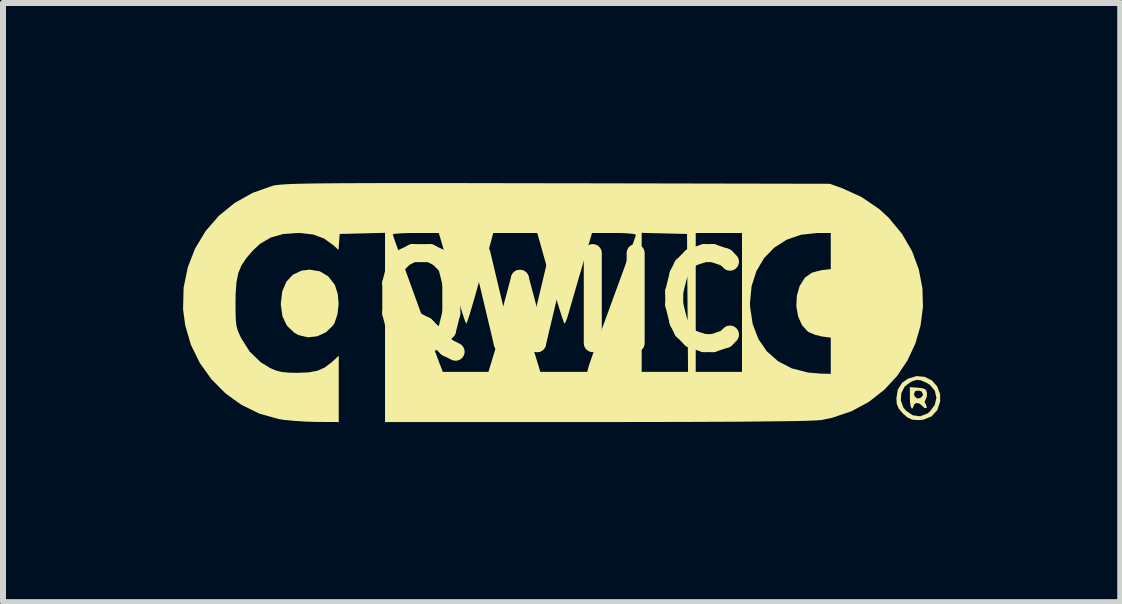
<source format=kicad_pcb>
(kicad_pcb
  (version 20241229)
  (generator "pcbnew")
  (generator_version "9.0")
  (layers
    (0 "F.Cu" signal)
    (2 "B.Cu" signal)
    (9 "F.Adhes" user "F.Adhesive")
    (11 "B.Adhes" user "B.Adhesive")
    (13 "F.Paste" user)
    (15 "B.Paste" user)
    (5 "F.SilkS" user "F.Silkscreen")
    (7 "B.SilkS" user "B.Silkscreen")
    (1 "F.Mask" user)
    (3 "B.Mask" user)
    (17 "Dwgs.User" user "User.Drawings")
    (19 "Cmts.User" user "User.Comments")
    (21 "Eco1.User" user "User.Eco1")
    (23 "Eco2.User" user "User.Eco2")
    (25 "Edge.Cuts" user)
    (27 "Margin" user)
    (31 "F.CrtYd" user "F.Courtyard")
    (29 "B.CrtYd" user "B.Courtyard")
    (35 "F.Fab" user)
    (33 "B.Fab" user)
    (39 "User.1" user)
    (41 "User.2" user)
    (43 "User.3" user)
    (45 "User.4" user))
  (footprint "QWIIC"
    (layer "F.Cu")
    (at 6.291 1.989)
    (property "Reference" "QWIIC" (at 0 0 0) (layer "F.SilkS") (effects (font (size 1.5 1.5) (thickness 0.3))))
    (attr board_only exclude_from_pos_files exclude_from_bom)
    (fp_poly (pts (xy -4.011 -0.518) (xy -3.872 -0.435) (xy -3.765 -0.296) (xy -3.759 -0.284) (xy -3.713 -0.14) (xy -3.699 0.028) (xy -3.718 0.196) (xy -3.766 0.341) (xy -3.792 0.383) (xy -3.909 0.497) (xy -4.054 0.564) (xy -4.212 0.581) (xy -4.366 0.545) (xy -4.437 0.506) (xy -4.56 0.388) (xy -4.634 0.234) (xy -4.662 0.039) (xy -4.662 0.017) (xy -4.638 -0.184) (xy -4.57 -0.345) (xy -4.461 -0.462) (xy -4.316 -0.53) (xy -4.183 -0.546)) (stroke (width 0) (type solid)) (fill yes) (layer "F.SilkS"))
    (fp_poly (pts (xy 5.956 1.421) (xy 6.045 1.433) (xy 6.088 1.459) (xy 6.104 1.507) (xy 6.099 1.58) (xy 6.08 1.617) (xy 6.064 1.664) (xy 6.082 1.694) (xy 6.102 1.742) (xy 6.095 1.761) (xy 6.061 1.758) (xy 6.03 1.728) (xy 5.977 1.684) (xy 5.921 1.675) (xy 5.887 1.702) (xy 5.884 1.72) (xy 5.866 1.763) (xy 5.852 1.768) (xy 5.834 1.739) (xy 5.822 1.664) (xy 5.819 1.59) (xy 5.819 1.519) (xy 5.888 1.519) (xy 5.897 1.563) (xy 5.937 1.599) (xy 5.992 1.594) (xy 6.033 1.554) (xy 6.038 1.539) (xy 6.019 1.489) (xy 5.982 1.47) (xy 5.913 1.473) (xy 5.888 1.519) (xy 5.819 1.519) (xy 5.819 1.411)) (stroke (width 0) (type solid)) (fill yes) (layer "F.SilkS"))
    (fp_poly (pts (xy 6.067 1.24) (xy 6.186 1.3) (xy 6.275 1.4) (xy 6.323 1.531) (xy 6.324 1.65) (xy 6.276 1.794) (xy 6.182 1.897) (xy 6.048 1.953) (xy 5.96 1.961) (xy 5.857 1.953) (xy 5.781 1.919) (xy 5.704 1.852) (xy 5.633 1.769) (xy 5.601 1.691) (xy 5.597 1.633) (xy 5.668 1.633) (xy 5.711 1.751) (xy 5.753 1.803) (xy 5.867 1.88) (xy 5.989 1.897) (xy 6.108 1.853) (xy 6.151 1.819) (xy 6.234 1.707) (xy 6.261 1.587) (xy 6.234 1.471) (xy 6.155 1.375) (xy 6.093 1.337) (xy 6.002 1.298) (xy 5.937 1.29) (xy 5.867 1.31) (xy 5.835 1.324) (xy 5.732 1.402) (xy 5.676 1.511) (xy 5.668 1.633) (xy 5.597 1.633) (xy 5.594 1.602) (xy 5.618 1.45) (xy 5.692 1.337) (xy 5.788 1.27) (xy 5.931 1.227)) (stroke (width 0) (type solid)) (fill yes) (layer "F.SilkS"))
    (fp_poly (pts (xy -1.948 -1.989) (xy -1.449 -1.988) (xy -0.894 -1.987) (xy -0.278 -1.986) (xy -0.058 -1.986) (xy 4.485 -1.977) (xy 4.694 -1.902) (xy 5.017 -1.754) (xy 5.308 -1.556) (xy 5.464 -1.413) (xy 5.688 -1.143) (xy 5.856 -0.853) (xy 5.968 -0.549) (xy 6.028 -0.238) (xy 6.037 0.076) (xy 5.997 0.385) (xy 5.911 0.684) (xy 5.779 0.967) (xy 5.605 1.227) (xy 5.39 1.458) (xy 5.137 1.656) (xy 4.846 1.813) (xy 4.521 1.923) (xy 4.341 1.96) (xy 4.27 1.965) (xy 4.137 1.971) (xy 3.942 1.976) (xy 3.686 1.98) (xy 3.371 1.983) (xy 2.998 1.987) (xy 2.568 1.989) (xy 2.083 1.991) (xy 1.543 1.992) (xy 0.95 1.993) (xy 0.603 1.993) (xy -2.926 1.993) (xy -2.926 0.417) (xy -2.926 -1.133) (xy -2.797 -1.133) (xy -2.787 -1.1) (xy -2.757 -1.015) (xy -2.711 -0.885) (xy -2.652 -0.72) (xy -2.582 -0.528) (xy -2.506 -0.316) (xy -2.425 -0.093) (xy -2.343 0.133) (xy -2.262 0.353) (xy -2.187 0.56) (xy -2.119 0.745) (xy -2.061 0.9) (xy -2.018 1.016) (xy -1.997 1.069) (xy -1.963 1.157) (xy -1.583 1.157) (xy -1.203 1.157) (xy -0.998 0.482) (xy -0.938 0.286) (xy -0.883 0.112) (xy -0.835 -0.031) (xy -0.799 -0.134) (xy -0.777 -0.187) (xy -0.773 -0.193) (xy -0.757 -0.164) (xy -0.727 -0.081) (xy -0.684 0.045) (xy -0.631 0.206) (xy -0.572 0.394) (xy -0.544 0.482) (xy -0.338 1.157) (xy 0.053 1.157) (xy 0.443 1.157) (xy 0.464 1.075) (xy 0.48 1.026) (xy 0.515 0.924) (xy 0.567 0.778) (xy 0.633 0.593) (xy 0.711 0.379) (xy 0.798 0.143) (xy 0.869 -0.053) (xy 0.959 -0.298) (xy 1.042 -0.525) (xy 1.115 -0.726) (xy 1.175 -0.894) (xy 1.22 -1.022) (xy 1.247 -1.102) (xy 1.254 -1.128) (xy 1.224 -1.14) (xy 1.142 -1.149) (xy 1.02 -1.156) (xy 0.889 -1.157) (xy 0.523 -1.157) (xy 0.36 -0.603) (xy 0.302 -0.407) (xy 0.247 -0.217) (xy 0.198 -0.047) (xy 0.159 0.086) (xy 0.141 0.153) (xy 0.11 0.255) (xy 0.082 0.328) (xy 0.065 0.354) (xy 0.051 0.324) (xy 0.022 0.24) (xy -0.02 0.11) (xy -0.072 -0.059) (xy -0.132 -0.26) (xy -0.198 -0.483) (xy -0.267 -0.722) (xy -0.336 -0.969) (xy -0.36 -1.053) (xy -0.389 -1.157) (xy -0.756 -1.157) (xy -1.123 -1.157) (xy -1.159 -1.021) (xy -1.19 -0.908) (xy -1.23 -0.775) (xy -1.251 -0.707) (xy -1.281 -0.61) (xy -1.323 -0.468) (xy -1.372 -0.299) (xy -1.422 -0.121) (xy -1.431 -0.088) (xy -1.477 0.069) (xy -1.517 0.202) (xy -1.549 0.299) (xy -1.569 0.349) (xy -1.573 0.354) (xy -1.587 0.324) (xy -1.616 0.242) (xy -1.656 0.118) (xy -1.704 -0.04) (xy -1.758 -0.222) (xy -1.761 -0.233) (xy -1.818 -0.431) (xy -1.873 -0.619) (xy -1.921 -0.785) (xy -1.959 -0.914) (xy -1.98 -0.989) (xy -2.03 -1.157) (xy -2.414 -1.157) (xy -2.562 -1.156) (xy -2.684 -1.15) (xy -2.766 -1.143) (xy -2.797 -1.133) (xy -2.797 -1.133) (xy -2.926 -1.133) (xy -2.926 -1.16) (xy 1.35 -1.16) (xy 1.35 -0.001) (xy 1.35 1.157) (xy 1.737 1.157) (xy 2.123 1.157) (xy 2.114 0.008) (xy 2.106 -1.141) (xy 1.728 -1.15) (xy 1.436 -1.157) (xy 2.251 -1.157) (xy 2.251 0) (xy 2.251 1.157) (xy 2.636 1.157) (xy 3.022 1.157) (xy 3.022 0.004) (xy 3.155 0.004) (xy 3.157 0.076) (xy 3.2 0.36) (xy 3.294 0.608) (xy 3.436 0.815) (xy 3.624 0.98) (xy 3.853 1.099) (xy 4.121 1.168) (xy 4.332 1.186) (xy 4.501 1.19) (xy 4.501 0.889) (xy 4.501 0.587) (xy 4.354 0.567) (xy 4.241 0.54) (xy 4.139 0.497) (xy 4.116 0.483) (xy 4.021 0.378) (xy 3.957 0.233) (xy 3.927 0.064) (xy 3.936 -0.112) (xy 3.984 -0.278) (xy 3.985 -0.279) (xy 4.071 -0.413) (xy 4.189 -0.497) (xy 4.35 -0.538) (xy 4.357 -0.539) (xy 4.501 -0.555) (xy 4.501 -0.856) (xy 4.501 -1.157) (xy 4.277 -1.157) (xy 4.007 -1.128) (xy 3.766 -1.045) (xy 3.558 -0.912) (xy 3.388 -0.736) (xy 3.261 -0.52) (xy 3.182 -0.272) (xy 3.155 0.004) (xy 3.022 0.004) (xy 3.022 0) (xy 3.022 -1.157) (xy 2.636 -1.157) (xy 2.251 -1.157) (xy 1.436 -1.157) (xy 1.35 -1.16) (xy -2.926 -1.16) (xy -3.304 -1.15) (xy -3.681 -1.141) (xy -3.691 -1.008) (xy -3.701 -0.874) (xy -3.783 -0.95) (xy -3.94 -1.064) (xy -4.122 -1.132) (xy -4.341 -1.157) (xy -4.382 -1.157) (xy -4.627 -1.139) (xy -4.832 -1.08) (xy -5.007 -0.977) (xy -5.126 -0.867) (xy -5.238 -0.737) (xy -5.318 -0.616) (xy -5.371 -0.487) (xy -5.401 -0.336) (xy -5.415 -0.147) (xy -5.417 0) (xy -5.416 0.171) (xy -5.412 0.293) (xy -5.402 0.384) (xy -5.383 0.458) (xy -5.352 0.533) (xy -5.325 0.591) (xy -5.181 0.819) (xy -4.998 0.996) (xy -4.838 1.094) (xy -4.744 1.134) (xy -4.651 1.158) (xy -4.536 1.17) (xy -4.389 1.173) (xy -4.2 1.166) (xy -4.055 1.139) (xy -3.935 1.087) (xy -3.822 1.003) (xy -3.786 0.971) (xy -3.697 0.888) (xy -3.697 1.441) (xy -3.697 1.993) (xy -4.075 1.991) (xy -4.255 1.985) (xy -4.441 1.973) (xy -4.606 1.957) (xy -4.694 1.944) (xy -5.016 1.854) (xy -5.314 1.709) (xy -5.584 1.516) (xy -5.818 1.28) (xy -6.012 1.008) (xy -6.16 0.707) (xy -6.255 0.383) (xy -6.291 0.113) (xy -6.282 -0.243) (xy -6.213 -0.583) (xy -6.09 -0.899) (xy -5.916 -1.188) (xy -5.696 -1.442) (xy -5.433 -1.656) (xy -5.133 -1.825) (xy -4.8 -1.943) (xy -4.768 -1.95) (xy -4.727 -1.956) (xy -4.674 -1.962) (xy -4.606 -1.967) (xy -4.52 -1.972) (xy -4.412 -1.976) (xy -4.28 -1.979) (xy -4.12 -1.982) (xy -3.928 -1.984) (xy -3.703 -1.986) (xy -3.44 -1.987) (xy -3.136 -1.988) (xy -2.788 -1.989) (xy -2.394 -1.989)) (stroke (width 0) (type solid)) (fill yes) (layer "F.SilkS")))
  (gr_rect
    (start -3 -3)
    (end 15.615 6.982)
    (stroke (width 0.1) (type default))
    (fill no)
    (layer "Edge.Cuts")))
</source>
